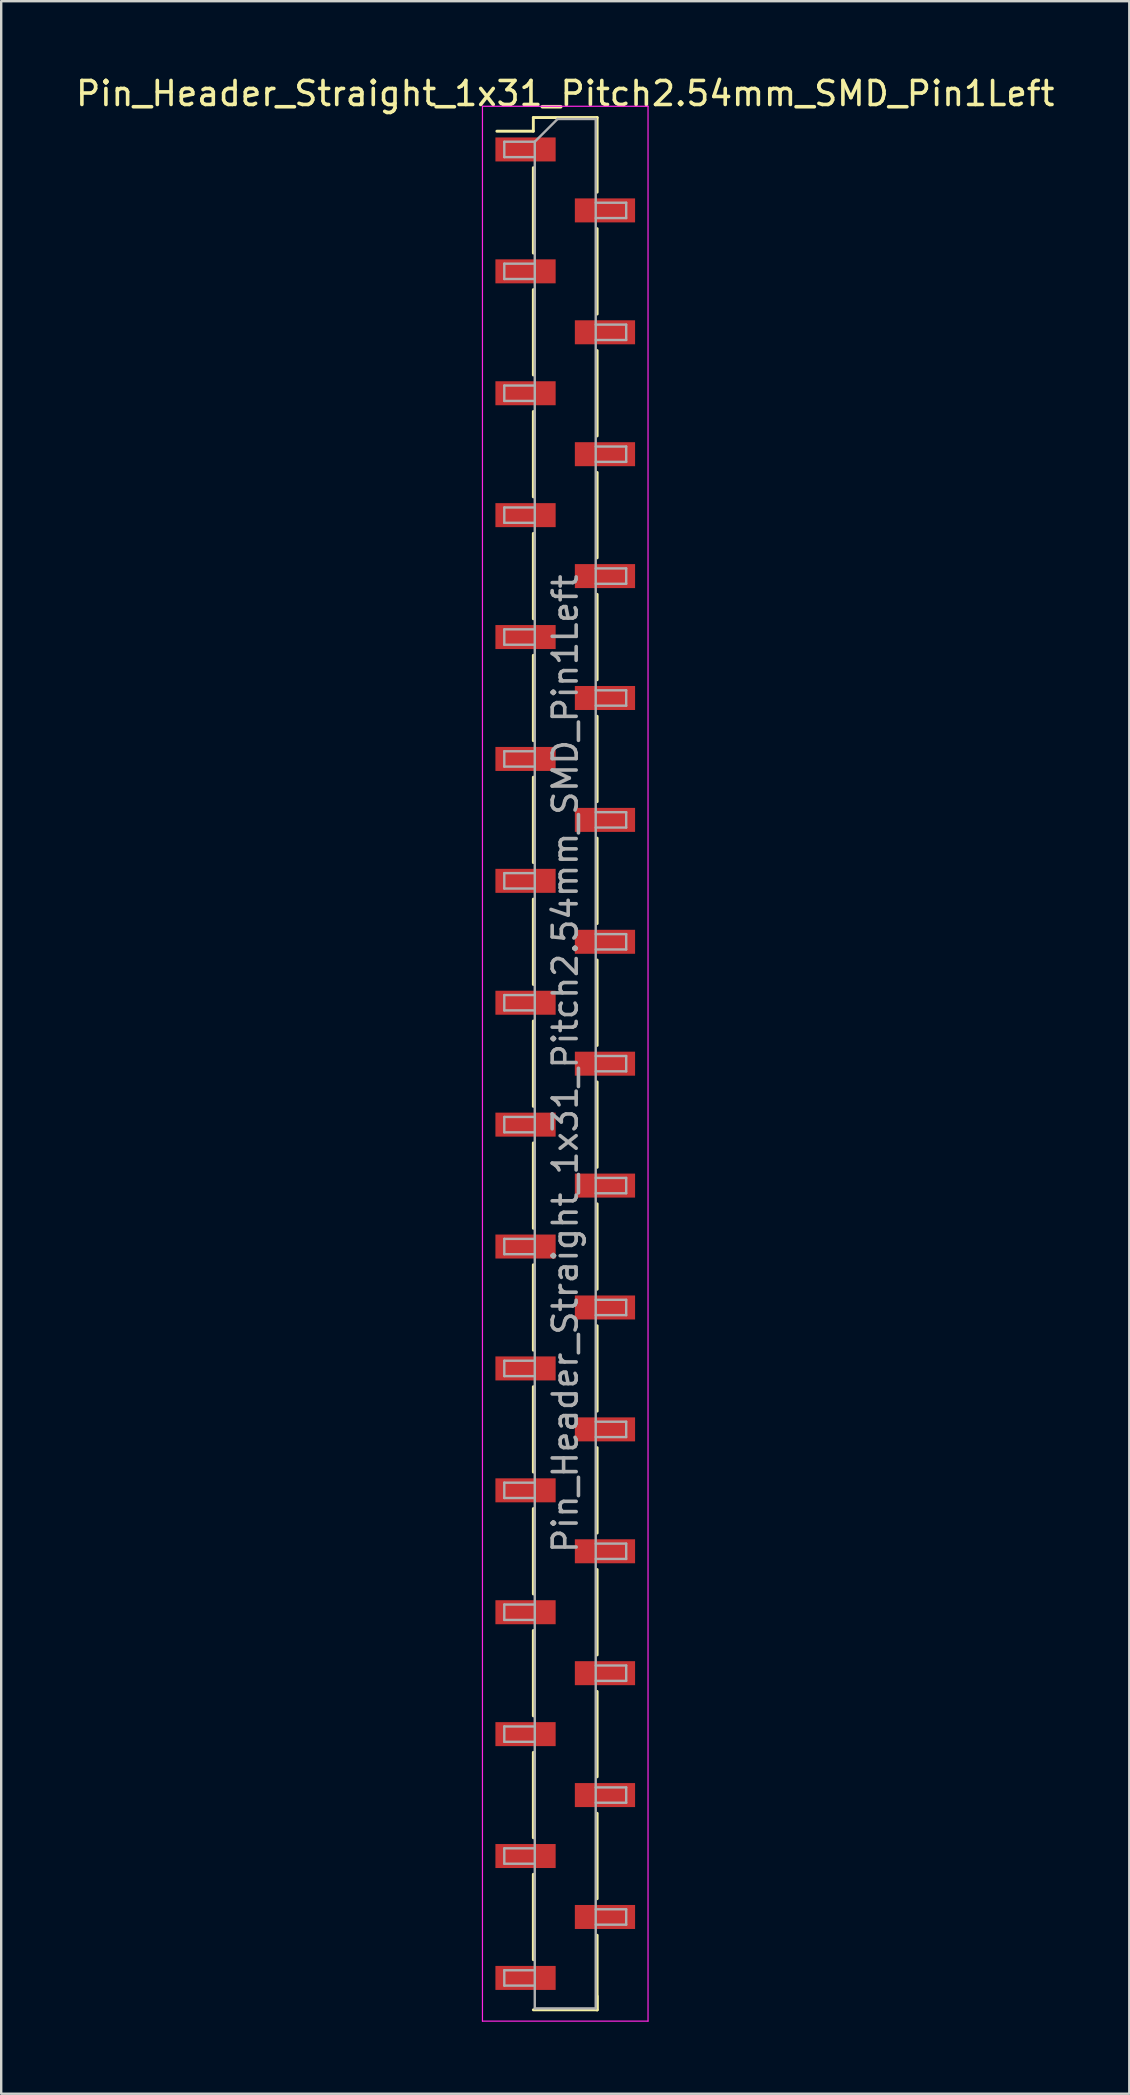
<source format=kicad_pcb>
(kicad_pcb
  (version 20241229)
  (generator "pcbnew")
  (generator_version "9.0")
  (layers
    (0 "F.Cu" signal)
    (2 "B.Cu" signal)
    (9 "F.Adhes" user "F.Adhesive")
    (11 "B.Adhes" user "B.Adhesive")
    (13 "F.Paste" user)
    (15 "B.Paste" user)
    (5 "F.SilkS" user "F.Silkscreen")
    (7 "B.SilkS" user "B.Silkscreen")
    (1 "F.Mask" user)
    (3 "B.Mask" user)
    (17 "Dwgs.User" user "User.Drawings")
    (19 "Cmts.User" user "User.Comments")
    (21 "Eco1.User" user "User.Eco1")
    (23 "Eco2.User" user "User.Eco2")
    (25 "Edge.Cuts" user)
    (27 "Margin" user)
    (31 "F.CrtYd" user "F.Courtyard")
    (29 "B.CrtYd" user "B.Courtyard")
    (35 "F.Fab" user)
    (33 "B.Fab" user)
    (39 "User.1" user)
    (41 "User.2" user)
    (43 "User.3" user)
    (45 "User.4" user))
  (footprint "Pin_Header_Straight_1x31_Pitch2.54mm_SMD_Pin1Left"
    (layer "F.Cu")
    (at 20.506 41.278)
    (property "Reference" "Pin_Header_Straight_1x31_Pitch2.54mm_SMD_Pin1Left" (at 0 -40.43 0) (layer "F.SilkS") (effects (font (size 1 1) (thickness 0.15))))
    (attr smd)
    (fp_line (start -1.33 -39.43) (end -1.33 -38.86) (stroke (width 0.12) (type solid)) (layer "F.SilkS"))
    (fp_line (start -1.33 -39.43) (end 1.33 -39.43) (stroke (width 0.12) (type solid)) (layer "F.SilkS"))
    (fp_line (start -1.33 -38.86) (end -2.85 -38.86) (stroke (width 0.12) (type solid)) (layer "F.SilkS"))
    (fp_line (start -1.33 -37.34) (end -1.33 -33.78) (stroke (width 0.12) (type solid)) (layer "F.SilkS"))
    (fp_line (start -1.33 -32.26) (end -1.33 -28.7) (stroke (width 0.12) (type solid)) (layer "F.SilkS"))
    (fp_line (start -1.33 -27.18) (end -1.33 -23.62) (stroke (width 0.12) (type solid)) (layer "F.SilkS"))
    (fp_line (start -1.33 -22.1) (end -1.33 -18.54) (stroke (width 0.12) (type solid)) (layer "F.SilkS"))
    (fp_line (start -1.33 -17.02) (end -1.33 -13.46) (stroke (width 0.12) (type solid)) (layer "F.SilkS"))
    (fp_line (start -1.33 -11.94) (end -1.33 -8.38) (stroke (width 0.12) (type solid)) (layer "F.SilkS"))
    (fp_line (start -1.33 -6.86) (end -1.33 -3.3) (stroke (width 0.12) (type solid)) (layer "F.SilkS"))
    (fp_line (start -1.33 -1.78) (end -1.33 1.78) (stroke (width 0.12) (type solid)) (layer "F.SilkS"))
    (fp_line (start -1.33 3.3) (end -1.33 6.86) (stroke (width 0.12) (type solid)) (layer "F.SilkS"))
    (fp_line (start -1.33 8.38) (end -1.33 11.94) (stroke (width 0.12) (type solid)) (layer "F.SilkS"))
    (fp_line (start -1.33 13.46) (end -1.33 17.02) (stroke (width 0.12) (type solid)) (layer "F.SilkS"))
    (fp_line (start -1.33 18.54) (end -1.33 22.1) (stroke (width 0.12) (type solid)) (layer "F.SilkS"))
    (fp_line (start -1.33 23.62) (end -1.33 27.18) (stroke (width 0.12) (type solid)) (layer "F.SilkS"))
    (fp_line (start -1.33 28.7) (end -1.33 32.26) (stroke (width 0.12) (type solid)) (layer "F.SilkS"))
    (fp_line (start -1.33 33.78) (end -1.33 37.34) (stroke (width 0.12) (type solid)) (layer "F.SilkS"))
    (fp_line (start -1.33 39.43) (end 1.33 39.43) (stroke (width 0.12) (type solid)) (layer "F.SilkS"))
    (fp_line (start 1.33 -39.43) (end 1.33 -36.32) (stroke (width 0.12) (type solid)) (layer "F.SilkS"))
    (fp_line (start 1.33 -34.8) (end 1.33 -31.24) (stroke (width 0.12) (type solid)) (layer "F.SilkS"))
    (fp_line (start 1.33 -29.72) (end 1.33 -26.16) (stroke (width 0.12) (type solid)) (layer "F.SilkS"))
    (fp_line (start 1.33 -24.64) (end 1.33 -21.08) (stroke (width 0.12) (type solid)) (layer "F.SilkS"))
    (fp_line (start 1.33 -19.56) (end 1.33 -16) (stroke (width 0.12) (type solid)) (layer "F.SilkS"))
    (fp_line (start 1.33 -14.48) (end 1.33 -10.92) (stroke (width 0.12) (type solid)) (layer "F.SilkS"))
    (fp_line (start 1.33 -9.4) (end 1.33 -5.84) (stroke (width 0.12) (type solid)) (layer "F.SilkS"))
    (fp_line (start 1.33 -4.32) (end 1.33 -0.76) (stroke (width 0.12) (type solid)) (layer "F.SilkS"))
    (fp_line (start 1.33 0.76) (end 1.33 4.32) (stroke (width 0.12) (type solid)) (layer "F.SilkS"))
    (fp_line (start 1.33 5.84) (end 1.33 9.4) (stroke (width 0.12) (type solid)) (layer "F.SilkS"))
    (fp_line (start 1.33 10.92) (end 1.33 14.48) (stroke (width 0.12) (type solid)) (layer "F.SilkS"))
    (fp_line (start 1.33 16) (end 1.33 19.56) (stroke (width 0.12) (type solid)) (layer "F.SilkS"))
    (fp_line (start 1.33 21.08) (end 1.33 24.64) (stroke (width 0.12) (type solid)) (layer "F.SilkS"))
    (fp_line (start 1.33 26.16) (end 1.33 29.72) (stroke (width 0.12) (type solid)) (layer "F.SilkS"))
    (fp_line (start 1.33 31.24) (end 1.33 34.8) (stroke (width 0.12) (type solid)) (layer "F.SilkS"))
    (fp_line (start 1.33 36.32) (end 1.33 39.43) (stroke (width 0.12) (type solid)) (layer "F.SilkS"))
    (fp_line (start 1.33 38.86) (end 1.33 39.43) (stroke (width 0.12) (type solid)) (layer "F.SilkS"))
    (fp_line (start -3.45 -39.9) (end -3.45 39.9) (stroke (width 0.05) (type solid)) (layer "F.CrtYd"))
    (fp_line (start -3.45 39.9) (end 3.45 39.9) (stroke (width 0.05) (type solid)) (layer "F.CrtYd"))
    (fp_line (start 3.45 -39.9) (end -3.45 -39.9) (stroke (width 0.05) (type solid)) (layer "F.CrtYd"))
    (fp_line (start 3.45 39.9) (end 3.45 -39.9) (stroke (width 0.05) (type solid)) (layer "F.CrtYd"))
    (fp_line (start -2.54 -38.42) (end -2.54 -37.78) (stroke (width 0.1) (type solid)) (layer "F.Fab"))
    (fp_line (start -2.54 -37.78) (end -1.27 -37.78) (stroke (width 0.1) (type solid)) (layer "F.Fab"))
    (fp_line (start -2.54 -33.34) (end -2.54 -32.7) (stroke (width 0.1) (type solid)) (layer "F.Fab"))
    (fp_line (start -2.54 -32.7) (end -1.27 -32.7) (stroke (width 0.1) (type solid)) (layer "F.Fab"))
    (fp_line (start -2.54 -28.26) (end -2.54 -27.62) (stroke (width 0.1) (type solid)) (layer "F.Fab"))
    (fp_line (start -2.54 -27.62) (end -1.27 -27.62) (stroke (width 0.1) (type solid)) (layer "F.Fab"))
    (fp_line (start -2.54 -23.18) (end -2.54 -22.54) (stroke (width 0.1) (type solid)) (layer "F.Fab"))
    (fp_line (start -2.54 -22.54) (end -1.27 -22.54) (stroke (width 0.1) (type solid)) (layer "F.Fab"))
    (fp_line (start -2.54 -18.1) (end -2.54 -17.46) (stroke (width 0.1) (type solid)) (layer "F.Fab"))
    (fp_line (start -2.54 -17.46) (end -1.27 -17.46) (stroke (width 0.1) (type solid)) (layer "F.Fab"))
    (fp_line (start -2.54 -13.02) (end -2.54 -12.38) (stroke (width 0.1) (type solid)) (layer "F.Fab"))
    (fp_line (start -2.54 -12.38) (end -1.27 -12.38) (stroke (width 0.1) (type solid)) (layer "F.Fab"))
    (fp_line (start -2.54 -7.94) (end -2.54 -7.3) (stroke (width 0.1) (type solid)) (layer "F.Fab"))
    (fp_line (start -2.54 -7.3) (end -1.27 -7.3) (stroke (width 0.1) (type solid)) (layer "F.Fab"))
    (fp_line (start -2.54 -2.86) (end -2.54 -2.22) (stroke (width 0.1) (type solid)) (layer "F.Fab"))
    (fp_line (start -2.54 -2.22) (end -1.27 -2.22) (stroke (width 0.1) (type solid)) (layer "F.Fab"))
    (fp_line (start -2.54 2.22) (end -2.54 2.86) (stroke (width 0.1) (type solid)) (layer "F.Fab"))
    (fp_line (start -2.54 2.86) (end -1.27 2.86) (stroke (width 0.1) (type solid)) (layer "F.Fab"))
    (fp_line (start -2.54 7.3) (end -2.54 7.94) (stroke (width 0.1) (type solid)) (layer "F.Fab"))
    (fp_line (start -2.54 7.94) (end -1.27 7.94) (stroke (width 0.1) (type solid)) (layer "F.Fab"))
    (fp_line (start -2.54 12.38) (end -2.54 13.02) (stroke (width 0.1) (type solid)) (layer "F.Fab"))
    (fp_line (start -2.54 13.02) (end -1.27 13.02) (stroke (width 0.1) (type solid)) (layer "F.Fab"))
    (fp_line (start -2.54 17.46) (end -2.54 18.1) (stroke (width 0.1) (type solid)) (layer "F.Fab"))
    (fp_line (start -2.54 18.1) (end -1.27 18.1) (stroke (width 0.1) (type solid)) (layer "F.Fab"))
    (fp_line (start -2.54 22.54) (end -2.54 23.18) (stroke (width 0.1) (type solid)) (layer "F.Fab"))
    (fp_line (start -2.54 23.18) (end -1.27 23.18) (stroke (width 0.1) (type solid)) (layer "F.Fab"))
    (fp_line (start -2.54 27.62) (end -2.54 28.26) (stroke (width 0.1) (type solid)) (layer "F.Fab"))
    (fp_line (start -2.54 28.26) (end -1.27 28.26) (stroke (width 0.1) (type solid)) (layer "F.Fab"))
    (fp_line (start -2.54 32.7) (end -2.54 33.34) (stroke (width 0.1) (type solid)) (layer "F.Fab"))
    (fp_line (start -2.54 33.34) (end -1.27 33.34) (stroke (width 0.1) (type solid)) (layer "F.Fab"))
    (fp_line (start -2.54 37.78) (end -2.54 38.42) (stroke (width 0.1) (type solid)) (layer "F.Fab"))
    (fp_line (start -2.54 38.42) (end -1.27 38.42) (stroke (width 0.1) (type solid)) (layer "F.Fab"))
    (fp_line (start -1.27 -38.42) (end -2.54 -38.42) (stroke (width 0.1) (type solid)) (layer "F.Fab"))
    (fp_line (start -1.27 -38.42) (end -0.32 -39.37) (stroke (width 0.1) (type solid)) (layer "F.Fab"))
    (fp_line (start -1.27 -33.34) (end -2.54 -33.34) (stroke (width 0.1) (type solid)) (layer "F.Fab"))
    (fp_line (start -1.27 -28.26) (end -2.54 -28.26) (stroke (width 0.1) (type solid)) (layer "F.Fab"))
    (fp_line (start -1.27 -23.18) (end -2.54 -23.18) (stroke (width 0.1) (type solid)) (layer "F.Fab"))
    (fp_line (start -1.27 -18.1) (end -2.54 -18.1) (stroke (width 0.1) (type solid)) (layer "F.Fab"))
    (fp_line (start -1.27 -13.02) (end -2.54 -13.02) (stroke (width 0.1) (type solid)) (layer "F.Fab"))
    (fp_line (start -1.27 -7.94) (end -2.54 -7.94) (stroke (width 0.1) (type solid)) (layer "F.Fab"))
    (fp_line (start -1.27 -2.86) (end -2.54 -2.86) (stroke (width 0.1) (type solid)) (layer "F.Fab"))
    (fp_line (start -1.27 2.22) (end -2.54 2.22) (stroke (width 0.1) (type solid)) (layer "F.Fab"))
    (fp_line (start -1.27 7.3) (end -2.54 7.3) (stroke (width 0.1) (type solid)) (layer "F.Fab"))
    (fp_line (start -1.27 12.38) (end -2.54 12.38) (stroke (width 0.1) (type solid)) (layer "F.Fab"))
    (fp_line (start -1.27 17.46) (end -2.54 17.46) (stroke (width 0.1) (type solid)) (layer "F.Fab"))
    (fp_line (start -1.27 22.54) (end -2.54 22.54) (stroke (width 0.1) (type solid)) (layer "F.Fab"))
    (fp_line (start -1.27 27.62) (end -2.54 27.62) (stroke (width 0.1) (type solid)) (layer "F.Fab"))
    (fp_line (start -1.27 32.7) (end -2.54 32.7) (stroke (width 0.1) (type solid)) (layer "F.Fab"))
    (fp_line (start -1.27 37.78) (end -2.54 37.78) (stroke (width 0.1) (type solid)) (layer "F.Fab"))
    (fp_line (start -1.27 39.37) (end -1.27 -38.42) (stroke (width 0.1) (type solid)) (layer "F.Fab"))
    (fp_line (start -0.32 -39.37) (end 1.27 -39.37) (stroke (width 0.1) (type solid)) (layer "F.Fab"))
    (fp_line (start 1.27 -39.37) (end 1.27 39.37) (stroke (width 0.1) (type solid)) (layer "F.Fab"))
    (fp_line (start 1.27 -35.88) (end 2.54 -35.88) (stroke (width 0.1) (type solid)) (layer "F.Fab"))
    (fp_line (start 1.27 -30.8) (end 2.54 -30.8) (stroke (width 0.1) (type solid)) (layer "F.Fab"))
    (fp_line (start 1.27 -25.72) (end 2.54 -25.72) (stroke (width 0.1) (type solid)) (layer "F.Fab"))
    (fp_line (start 1.27 -20.64) (end 2.54 -20.64) (stroke (width 0.1) (type solid)) (layer "F.Fab"))
    (fp_line (start 1.27 -15.56) (end 2.54 -15.56) (stroke (width 0.1) (type solid)) (layer "F.Fab"))
    (fp_line (start 1.27 -10.48) (end 2.54 -10.48) (stroke (width 0.1) (type solid)) (layer "F.Fab"))
    (fp_line (start 1.27 -5.4) (end 2.54 -5.4) (stroke (width 0.1) (type solid)) (layer "F.Fab"))
    (fp_line (start 1.27 -0.32) (end 2.54 -0.32) (stroke (width 0.1) (type solid)) (layer "F.Fab"))
    (fp_line (start 1.27 4.76) (end 2.54 4.76) (stroke (width 0.1) (type solid)) (layer "F.Fab"))
    (fp_line (start 1.27 9.84) (end 2.54 9.84) (stroke (width 0.1) (type solid)) (layer "F.Fab"))
    (fp_line (start 1.27 14.92) (end 2.54 14.92) (stroke (width 0.1) (type solid)) (layer "F.Fab"))
    (fp_line (start 1.27 20) (end 2.54 20) (stroke (width 0.1) (type solid)) (layer "F.Fab"))
    (fp_line (start 1.27 25.08) (end 2.54 25.08) (stroke (width 0.1) (type solid)) (layer "F.Fab"))
    (fp_line (start 1.27 30.16) (end 2.54 30.16) (stroke (width 0.1) (type solid)) (layer "F.Fab"))
    (fp_line (start 1.27 35.24) (end 2.54 35.24) (stroke (width 0.1) (type solid)) (layer "F.Fab"))
    (fp_line (start 1.27 39.37) (end -1.27 39.37) (stroke (width 0.1) (type solid)) (layer "F.Fab"))
    (fp_line (start 2.54 -35.88) (end 2.54 -35.24) (stroke (width 0.1) (type solid)) (layer "F.Fab"))
    (fp_line (start 2.54 -35.24) (end 1.27 -35.24) (stroke (width 0.1) (type solid)) (layer "F.Fab"))
    (fp_line (start 2.54 -30.8) (end 2.54 -30.16) (stroke (width 0.1) (type solid)) (layer "F.Fab"))
    (fp_line (start 2.54 -30.16) (end 1.27 -30.16) (stroke (width 0.1) (type solid)) (layer "F.Fab"))
    (fp_line (start 2.54 -25.72) (end 2.54 -25.08) (stroke (width 0.1) (type solid)) (layer "F.Fab"))
    (fp_line (start 2.54 -25.08) (end 1.27 -25.08) (stroke (width 0.1) (type solid)) (layer "F.Fab"))
    (fp_line (start 2.54 -20.64) (end 2.54 -20) (stroke (width 0.1) (type solid)) (layer "F.Fab"))
    (fp_line (start 2.54 -20) (end 1.27 -20) (stroke (width 0.1) (type solid)) (layer "F.Fab"))
    (fp_line (start 2.54 -15.56) (end 2.54 -14.92) (stroke (width 0.1) (type solid)) (layer "F.Fab"))
    (fp_line (start 2.54 -14.92) (end 1.27 -14.92) (stroke (width 0.1) (type solid)) (layer "F.Fab"))
    (fp_line (start 2.54 -10.48) (end 2.54 -9.84) (stroke (width 0.1) (type solid)) (layer "F.Fab"))
    (fp_line (start 2.54 -9.84) (end 1.27 -9.84) (stroke (width 0.1) (type solid)) (layer "F.Fab"))
    (fp_line (start 2.54 -5.4) (end 2.54 -4.76) (stroke (width 0.1) (type solid)) (layer "F.Fab"))
    (fp_line (start 2.54 -4.76) (end 1.27 -4.76) (stroke (width 0.1) (type solid)) (layer "F.Fab"))
    (fp_line (start 2.54 -0.32) (end 2.54 0.32) (stroke (width 0.1) (type solid)) (layer "F.Fab"))
    (fp_line (start 2.54 0.32) (end 1.27 0.32) (stroke (width 0.1) (type solid)) (layer "F.Fab"))
    (fp_line (start 2.54 4.76) (end 2.54 5.4) (stroke (width 0.1) (type solid)) (layer "F.Fab"))
    (fp_line (start 2.54 5.4) (end 1.27 5.4) (stroke (width 0.1) (type solid)) (layer "F.Fab"))
    (fp_line (start 2.54 9.84) (end 2.54 10.48) (stroke (width 0.1) (type solid)) (layer "F.Fab"))
    (fp_line (start 2.54 10.48) (end 1.27 10.48) (stroke (width 0.1) (type solid)) (layer "F.Fab"))
    (fp_line (start 2.54 14.92) (end 2.54 15.56) (stroke (width 0.1) (type solid)) (layer "F.Fab"))
    (fp_line (start 2.54 15.56) (end 1.27 15.56) (stroke (width 0.1) (type solid)) (layer "F.Fab"))
    (fp_line (start 2.54 20) (end 2.54 20.64) (stroke (width 0.1) (type solid)) (layer "F.Fab"))
    (fp_line (start 2.54 20.64) (end 1.27 20.64) (stroke (width 0.1) (type solid)) (layer "F.Fab"))
    (fp_line (start 2.54 25.08) (end 2.54 25.72) (stroke (width 0.1) (type solid)) (layer "F.Fab"))
    (fp_line (start 2.54 25.72) (end 1.27 25.72) (stroke (width 0.1) (type solid)) (layer "F.Fab"))
    (fp_line (start 2.54 30.16) (end 2.54 30.8) (stroke (width 0.1) (type solid)) (layer "F.Fab"))
    (fp_line (start 2.54 30.8) (end 1.27 30.8) (stroke (width 0.1) (type solid)) (layer "F.Fab"))
    (fp_line (start 2.54 35.24) (end 2.54 35.88) (stroke (width 0.1) (type solid)) (layer "F.Fab"))
    (fp_line (start 2.54 35.88) (end 1.27 35.88) (stroke (width 0.1) (type solid)) (layer "F.Fab"))
    (fp_text user "${REFERENCE}" (at 0 0 90) (layer "F.Fab") (effects (font (size 1 1) (thickness 0.15))))
    (pad "1" smd rect (at -1.655 -38.1) (size 2.51 1) (layers "F.Cu" "F.Mask" "F.Paste"))
    (pad "2" smd rect (at 1.655 -35.56) (size 2.51 1) (layers "F.Cu" "F.Mask" "F.Paste"))
    (pad "3" smd rect (at -1.655 -33.02) (size 2.51 1) (layers "F.Cu" "F.Mask" "F.Paste"))
    (pad "4" smd rect (at 1.655 -30.48) (size 2.51 1) (layers "F.Cu" "F.Mask" "F.Paste"))
    (pad "5" smd rect (at -1.655 -27.94) (size 2.51 1) (layers "F.Cu" "F.Mask" "F.Paste"))
    (pad "6" smd rect (at 1.655 -25.4) (size 2.51 1) (layers "F.Cu" "F.Mask" "F.Paste"))
    (pad "7" smd rect (at -1.655 -22.86) (size 2.51 1) (layers "F.Cu" "F.Mask" "F.Paste"))
    (pad "8" smd rect (at 1.655 -20.32) (size 2.51 1) (layers "F.Cu" "F.Mask" "F.Paste"))
    (pad "9" smd rect (at -1.655 -17.78) (size 2.51 1) (layers "F.Cu" "F.Mask" "F.Paste"))
    (pad "10" smd rect (at 1.655 -15.24) (size 2.51 1) (layers "F.Cu" "F.Mask" "F.Paste"))
    (pad "11" smd rect (at -1.655 -12.7) (size 2.51 1) (layers "F.Cu" "F.Mask" "F.Paste"))
    (pad "12" smd rect (at 1.655 -10.16) (size 2.51 1) (layers "F.Cu" "F.Mask" "F.Paste"))
    (pad "13" smd rect (at -1.655 -7.62) (size 2.51 1) (layers "F.Cu" "F.Mask" "F.Paste"))
    (pad "14" smd rect (at 1.655 -5.08) (size 2.51 1) (layers "F.Cu" "F.Mask" "F.Paste"))
    (pad "15" smd rect (at -1.655 -2.54) (size 2.51 1) (layers "F.Cu" "F.Mask" "F.Paste"))
    (pad "16" smd rect (at 1.655 0) (size 2.51 1) (layers "F.Cu" "F.Mask" "F.Paste"))
    (pad "17" smd rect (at -1.655 2.54) (size 2.51 1) (layers "F.Cu" "F.Mask" "F.Paste"))
    (pad "18" smd rect (at 1.655 5.08) (size 2.51 1) (layers "F.Cu" "F.Mask" "F.Paste"))
    (pad "19" smd rect (at -1.655 7.62) (size 2.51 1) (layers "F.Cu" "F.Mask" "F.Paste"))
    (pad "20" smd rect (at 1.655 10.16) (size 2.51 1) (layers "F.Cu" "F.Mask" "F.Paste"))
    (pad "21" smd rect (at -1.655 12.7) (size 2.51 1) (layers "F.Cu" "F.Mask" "F.Paste"))
    (pad "22" smd rect (at 1.655 15.24) (size 2.51 1) (layers "F.Cu" "F.Mask" "F.Paste"))
    (pad "23" smd rect (at -1.655 17.78) (size 2.51 1) (layers "F.Cu" "F.Mask" "F.Paste"))
    (pad "24" smd rect (at 1.655 20.32) (size 2.51 1) (layers "F.Cu" "F.Mask" "F.Paste"))
    (pad "25" smd rect (at -1.655 22.86) (size 2.51 1) (layers "F.Cu" "F.Mask" "F.Paste"))
    (pad "26" smd rect (at 1.655 25.4) (size 2.51 1) (layers "F.Cu" "F.Mask" "F.Paste"))
    (pad "27" smd rect (at -1.655 27.94) (size 2.51 1) (layers "F.Cu" "F.Mask" "F.Paste"))
    (pad "28" smd rect (at 1.655 30.48) (size 2.51 1) (layers "F.Cu" "F.Mask" "F.Paste"))
    (pad "29" smd rect (at -1.655 33.02) (size 2.51 1) (layers "F.Cu" "F.Mask" "F.Paste"))
    (pad "30" smd rect (at 1.655 35.56) (size 2.51 1) (layers "F.Cu" "F.Mask" "F.Paste"))
    (pad "31" smd rect (at -1.655 38.1) (size 2.51 1) (layers "F.Cu" "F.Mask" "F.Paste")))
  (gr_rect
    (start -3 -3)
    (end 44.012 84.203)
    (stroke (width 0.1) (type default))
    (fill no)
    (layer "Edge.Cuts")))
</source>
